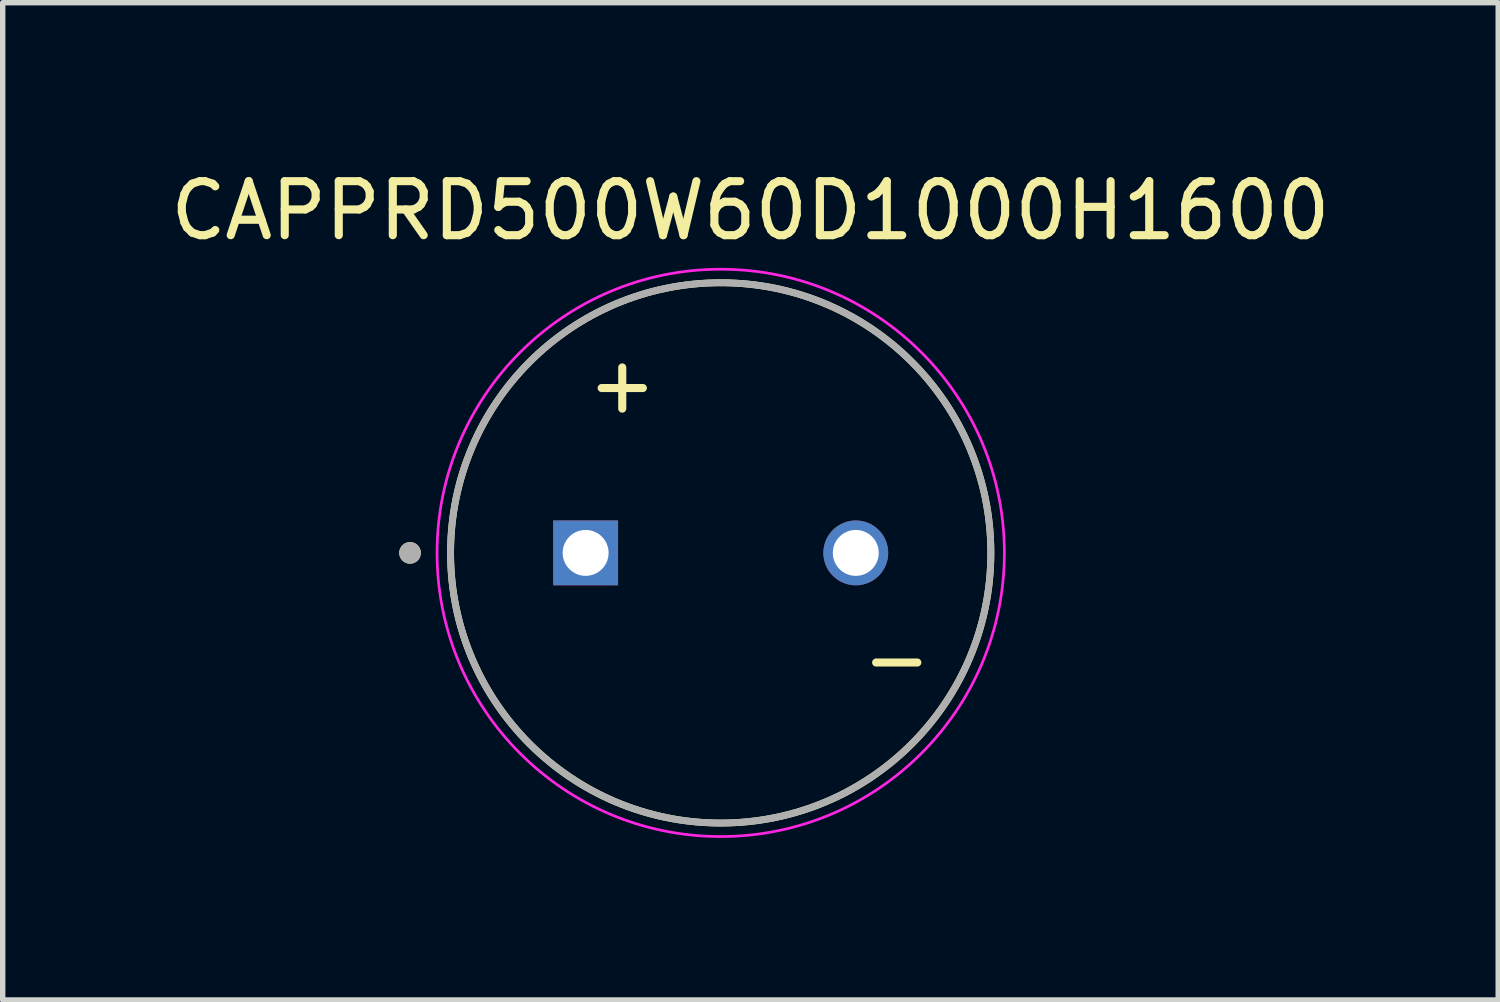
<source format=kicad_pcb>
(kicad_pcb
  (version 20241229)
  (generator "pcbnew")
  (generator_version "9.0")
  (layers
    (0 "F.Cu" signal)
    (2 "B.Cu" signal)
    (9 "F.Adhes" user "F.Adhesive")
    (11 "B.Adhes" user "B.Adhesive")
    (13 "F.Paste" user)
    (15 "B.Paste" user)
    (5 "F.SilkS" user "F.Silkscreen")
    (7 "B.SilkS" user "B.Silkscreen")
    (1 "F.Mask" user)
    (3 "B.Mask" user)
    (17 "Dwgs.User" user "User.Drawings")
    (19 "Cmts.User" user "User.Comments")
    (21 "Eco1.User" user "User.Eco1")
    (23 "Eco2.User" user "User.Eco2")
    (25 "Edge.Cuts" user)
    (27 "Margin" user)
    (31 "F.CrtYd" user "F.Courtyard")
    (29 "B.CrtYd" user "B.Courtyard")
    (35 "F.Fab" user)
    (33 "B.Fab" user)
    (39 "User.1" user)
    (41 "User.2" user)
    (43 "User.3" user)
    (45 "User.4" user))
  (footprint "CAPPRD500W60D1000H1600"
    (layer "F.Cu")
    (at 10.289 7.183)
    (property "Reference" "CAPPRD500W60D1000H1600" (at 0.55 -6.335 0) (layer "F.SilkS") (effects (font (size 1 1) (thickness 0.15))))
    (attr through_hole)
    (fp_circle (center -5.75 0) (end -5.65 0) (stroke (width 0.2) (type solid)) (fill no) (layer "F.SilkS"))
    (fp_circle (center 0 0) (end 5 0) (stroke (width 0.127) (type solid)) (fill no) (layer "F.SilkS"))
    (fp_circle (center 0 0) (end 5.25 0) (stroke (width 0.05) (type solid)) (fill no) (layer "F.CrtYd"))
    (fp_circle (center -5.75 0) (end -5.65 0) (stroke (width 0.2) (type solid)) (fill no) (layer "F.Fab"))
    (fp_circle (center 0 0) (end 5 0) (stroke (width 0.127) (type solid)) (fill no) (layer "F.Fab"))
    (fp_text user "+" (at -2.54 -2.54 0) (unlocked yes) (layer "F.SilkS") (effects (font (size 1 1) (thickness 0.15)) (justify left bottom)))
    (fp_text user "-" (at 2.54 2.54 0) (unlocked yes) (layer "F.SilkS") (effects (font (size 1 1) (thickness 0.15)) (justify left bottom)))
    (pad "1" thru_hole rect (at -2.5 0) (size 1.2 1.2) (drill 0.85) (layers "*.Cu" "*.Mask"))
    (pad "2" thru_hole circle (at 2.5 0) (size 1.2 1.2) (drill 0.85) (layers "*.Cu" "*.Mask")))
  (gr_rect
    (start -3 -3)
    (end 24.679 15.458)
    (stroke (width 0.1) (type default))
    (fill no)
    (layer "Edge.Cuts")))
</source>
